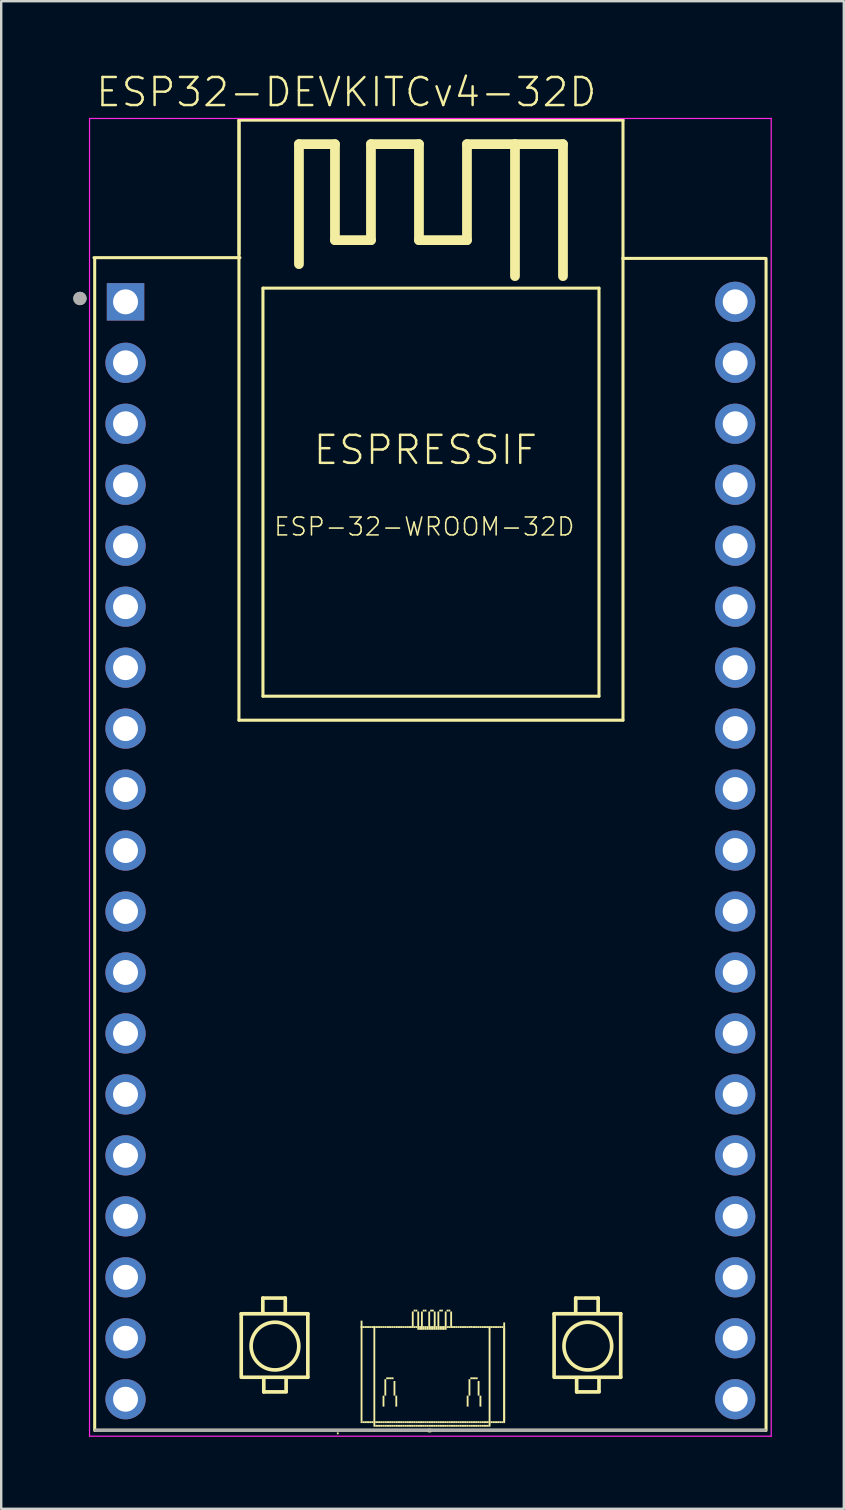
<source format=kicad_pcb>
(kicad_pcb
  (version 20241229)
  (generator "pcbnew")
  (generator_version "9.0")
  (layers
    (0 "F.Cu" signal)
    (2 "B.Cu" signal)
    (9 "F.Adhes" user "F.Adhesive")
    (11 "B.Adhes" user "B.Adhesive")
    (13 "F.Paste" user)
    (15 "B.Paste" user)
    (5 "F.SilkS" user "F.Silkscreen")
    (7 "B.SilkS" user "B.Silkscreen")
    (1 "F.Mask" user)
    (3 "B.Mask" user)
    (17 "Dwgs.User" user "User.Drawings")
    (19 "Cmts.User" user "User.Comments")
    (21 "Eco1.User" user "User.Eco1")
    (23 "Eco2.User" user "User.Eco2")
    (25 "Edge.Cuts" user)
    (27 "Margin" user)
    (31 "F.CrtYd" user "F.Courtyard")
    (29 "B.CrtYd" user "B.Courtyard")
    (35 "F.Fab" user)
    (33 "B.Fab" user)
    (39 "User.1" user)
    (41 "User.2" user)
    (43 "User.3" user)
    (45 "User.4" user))
  (footprint "ESP32-DEVKITCv4-32D"
    (layer "F.Cu")
    (at 14.88 29.285)
    (property "Reference" "ESP32-DEVKITCv4-32D" (at -14.005 -27.811 0) (layer "F.SilkS") (effects (font (size 1.169 1.169) (thickness 0.102)) (justify left bottom)))
    (fp_line (start -14.015 -21.6) (end -7.935 -21.6) (stroke (width 0.127) (type solid)) (layer "F.SilkS"))
    (fp_line (start -13.985 27.26) (end -13.985 -21.57) (stroke (width 0.127) (type solid)) (layer "F.SilkS"))
    (fp_line (start -7.975 -27.33) (end -7.975 -2.33) (stroke (width 0.127) (type solid)) (layer "F.SilkS"))
    (fp_line (start -7.975 -2.33) (end 8.025 -2.33) (stroke (width 0.127) (type solid)) (layer "F.SilkS"))
    (fp_line (start -7.97 -21.745) (end -7.97 -27.315) (stroke (width 0.127) (type solid)) (layer "F.SilkS"))
    (fp_line (start -7.88 22.4) (end -5.105 22.4) (stroke (width 0.152) (type solid)) (layer "F.SilkS"))
    (fp_line (start -7.88 25.045) (end -7.88 22.4) (stroke (width 0.152) (type solid)) (layer "F.SilkS"))
    (fp_line (start -6.98 21.745) (end -6.045 21.745) (stroke (width 0.152) (type solid)) (layer "F.SilkS"))
    (fp_line (start -6.98 22.365) (end -6.98 21.745) (stroke (width 0.152) (type solid)) (layer "F.SilkS"))
    (fp_line (start -6.975 -20.33) (end -6.975 -3.33) (stroke (width 0.127) (type solid)) (layer "F.SilkS"))
    (fp_line (start -6.975 -3.33) (end 7.025 -3.33) (stroke (width 0.127) (type solid)) (layer "F.SilkS"))
    (fp_line (start -6.94 25.655) (end -6.94 25.095) (stroke (width 0.152) (type solid)) (layer "F.SilkS"))
    (fp_line (start -6.045 21.745) (end -6.045 22.305) (stroke (width 0.152) (type solid)) (layer "F.SilkS"))
    (fp_line (start -6.01 25.62) (end -6.01 25.09) (stroke (width 0.152) (type solid)) (layer "F.SilkS"))
    (fp_line (start -6.005 25.655) (end -6.94 25.655) (stroke (width 0.152) (type solid)) (layer "F.SilkS"))
    (fp_line (start -5.475 -26.33) (end -3.975 -26.33) (stroke (width 0.406) (type solid)) (layer "F.SilkS"))
    (fp_line (start -5.475 -21.33) (end -5.475 -26.33) (stroke (width 0.406) (type solid)) (layer "F.SilkS"))
    (fp_line (start -5.105 22.4) (end -5.105 25.045) (stroke (width 0.152) (type solid)) (layer "F.SilkS"))
    (fp_line (start -5.105 25.045) (end -7.815 25.045) (stroke (width 0.152) (type solid)) (layer "F.SilkS"))
    (fp_line (start -3.975 -26.33) (end -3.975 -22.33) (stroke (width 0.406) (type solid)) (layer "F.SilkS"))
    (fp_line (start -3.975 -22.33) (end -2.475 -22.33) (stroke (width 0.406) (type solid)) (layer "F.SilkS"))
    (fp_line (start -2.475 -26.33) (end -0.475 -26.33) (stroke (width 0.406) (type solid)) (layer "F.SilkS"))
    (fp_line (start -2.475 -22.33) (end -2.475 -26.33) (stroke (width 0.406) (type solid)) (layer "F.SilkS"))
    (fp_line (start -0.475 -26.33) (end -0.475 -22.33) (stroke (width 0.406) (type solid)) (layer "F.SilkS"))
    (fp_line (start -0.475 -22.33) (end 1.525 -22.33) (stroke (width 0.406) (type solid)) (layer "F.SilkS"))
    (fp_line (start 0 27.265) (end -0.07 27.265) (stroke (width 0.152) (type solid)) (layer "F.SilkS"))
    (fp_line (start 1.525 -26.33) (end 3.525 -26.33) (stroke (width 0.406) (type solid)) (layer "F.SilkS"))
    (fp_line (start 1.525 -22.33) (end 1.525 -26.33) (stroke (width 0.406) (type solid)) (layer "F.SilkS"))
    (fp_line (start 3.525 -26.33) (end 3.525 -20.83) (stroke (width 0.406) (type solid)) (layer "F.SilkS"))
    (fp_line (start 3.525 -26.33) (end 5.525 -26.33) (stroke (width 0.406) (type solid)) (layer "F.SilkS"))
    (fp_line (start 5.155 22.4) (end 7.93 22.4) (stroke (width 0.152) (type solid)) (layer "F.SilkS"))
    (fp_line (start 5.155 25.045) (end 5.155 22.4) (stroke (width 0.152) (type solid)) (layer "F.SilkS"))
    (fp_line (start 5.525 -26.33) (end 5.525 -20.83) (stroke (width 0.406) (type solid)) (layer "F.SilkS"))
    (fp_line (start 6.055 21.745) (end 6.99 21.745) (stroke (width 0.152) (type solid)) (layer "F.SilkS"))
    (fp_line (start 6.055 22.365) (end 6.055 21.745) (stroke (width 0.152) (type solid)) (layer "F.SilkS"))
    (fp_line (start 6.095 25.655) (end 6.095 25.095) (stroke (width 0.152) (type solid)) (layer "F.SilkS"))
    (fp_line (start 6.99 21.745) (end 6.99 22.305) (stroke (width 0.152) (type solid)) (layer "F.SilkS"))
    (fp_line (start 7.025 -20.33) (end -6.975 -20.33) (stroke (width 0.127) (type solid)) (layer "F.SilkS"))
    (fp_line (start 7.025 -3.33) (end 7.025 -20.33) (stroke (width 0.127) (type solid)) (layer "F.SilkS"))
    (fp_line (start 7.025 25.62) (end 7.025 25.09) (stroke (width 0.152) (type solid)) (layer "F.SilkS"))
    (fp_line (start 7.03 25.655) (end 6.095 25.655) (stroke (width 0.152) (type solid)) (layer "F.SilkS"))
    (fp_line (start 7.93 22.4) (end 7.93 25.045) (stroke (width 0.152) (type solid)) (layer "F.SilkS"))
    (fp_line (start 7.93 25.045) (end 5.22 25.045) (stroke (width 0.152) (type solid)) (layer "F.SilkS"))
    (fp_line (start 8.025 -27.33) (end -7.975 -27.33) (stroke (width 0.127) (type solid)) (layer "F.SilkS"))
    (fp_line (start 8.025 -21.57) (end 8.025 -27.33) (stroke (width 0.127) (type solid)) (layer "F.SilkS"))
    (fp_line (start 8.025 -2.33) (end 8.025 -21.57) (stroke (width 0.127) (type solid)) (layer "F.SilkS"))
    (fp_line (start 13.925 -21.57) (end 8.025 -21.57) (stroke (width 0.127) (type solid)) (layer "F.SilkS"))
    (fp_line (start 13.95 27.25) (end -13.95 27.25) (stroke (width 0.127) (type solid)) (layer "F.SilkS"))
    (fp_line (start 13.985 27.26) (end 13.985 -21.57) (stroke (width 0.127) (type solid)) (layer "F.SilkS"))
    (fp_circle (center -6.475 23.745) (end -5.481 23.745) (stroke (width 0.152) (type solid)) (fill no) (layer "F.SilkS"))
    (fp_circle (center 6.56 23.745) (end 7.554 23.745) (stroke (width 0.152) (type solid)) (fill no) (layer "F.SilkS"))
    (fp_poly (pts (xy -3.895 27.343) (xy -3.895 27.419) (xy -3.819 27.419) (xy -3.819 27.343)) (stroke (width 0) (type solid)) (fill yes) (layer "F.SilkS"))
    (fp_poly (pts (xy -2.906 22.685) (xy -2.906 26.876) (xy -2.829 26.876) (xy -2.829 22.685)) (stroke (width 0) (type solid)) (fill yes) (layer "F.SilkS"))
    (fp_poly (pts (xy -2.906 22.914) (xy -2.906 22.99) (xy -2.829 22.99) (xy -2.829 22.914)) (stroke (width 0) (type solid)) (fill yes) (layer "F.SilkS"))
    (fp_poly (pts (xy -2.906 26.876) (xy -2.906 26.953) (xy -2.829 26.953) (xy -2.829 26.876)) (stroke (width 0) (type solid)) (fill yes) (layer "F.SilkS"))
    (fp_poly (pts (xy -2.829 22.914) (xy -2.829 22.99) (xy -2.753 22.99) (xy -2.753 22.914)) (stroke (width 0) (type solid)) (fill yes) (layer "F.SilkS"))
    (fp_poly (pts (xy -2.829 26.876) (xy -2.829 26.953) (xy -2.753 26.953) (xy -2.753 26.876)) (stroke (width 0) (type solid)) (fill yes) (layer "F.SilkS"))
    (fp_poly (pts (xy -2.753 22.914) (xy -2.753 22.99) (xy -2.677 22.99) (xy -2.677 22.914)) (stroke (width 0) (type solid)) (fill yes) (layer "F.SilkS"))
    (fp_poly (pts (xy -2.753 26.876) (xy -2.753 26.953) (xy -2.677 26.953) (xy -2.677 26.876)) (stroke (width 0) (type solid)) (fill yes) (layer "F.SilkS"))
    (fp_poly (pts (xy -2.677 22.914) (xy -2.677 22.99) (xy -2.601 22.99) (xy -2.601 22.914)) (stroke (width 0) (type solid)) (fill yes) (layer "F.SilkS"))
    (fp_poly (pts (xy -2.677 26.876) (xy -2.677 26.953) (xy -2.601 26.953) (xy -2.601 26.876)) (stroke (width 0) (type solid)) (fill yes) (layer "F.SilkS"))
    (fp_poly (pts (xy -2.601 22.914) (xy -2.601 22.99) (xy -2.525 22.99) (xy -2.525 22.914)) (stroke (width 0) (type solid)) (fill yes) (layer "F.SilkS"))
    (fp_poly (pts (xy -2.601 26.876) (xy -2.601 26.953) (xy -2.525 26.953) (xy -2.525 26.876)) (stroke (width 0) (type solid)) (fill yes) (layer "F.SilkS"))
    (fp_poly (pts (xy -2.525 22.914) (xy -2.525 22.99) (xy -2.448 22.99) (xy -2.448 22.914)) (stroke (width 0) (type solid)) (fill yes) (layer "F.SilkS"))
    (fp_poly (pts (xy -2.525 26.876) (xy -2.525 26.953) (xy -2.448 26.953) (xy -2.448 26.876)) (stroke (width 0) (type solid)) (fill yes) (layer "F.SilkS"))
    (fp_poly (pts (xy -2.448 22.914) (xy -2.448 22.99) (xy -2.372 22.99) (xy -2.372 22.914)) (stroke (width 0) (type solid)) (fill yes) (layer "F.SilkS"))
    (fp_poly (pts (xy -2.448 26.876) (xy -2.448 26.953) (xy -2.372 26.953) (xy -2.372 26.876)) (stroke (width 0) (type solid)) (fill yes) (layer "F.SilkS"))
    (fp_poly (pts (xy -2.379 22.914) (xy -2.379 22.99) (xy -2.302 22.99) (xy -2.302 22.914)) (stroke (width 0) (type solid)) (fill yes) (layer "F.SilkS"))
    (fp_poly (pts (xy -2.372 22.914) (xy -2.372 27.105) (xy -2.296 27.105) (xy -2.296 22.914)) (stroke (width 0) (type solid)) (fill yes) (layer "F.SilkS"))
    (fp_poly (pts (xy -2.296 22.914) (xy -2.296 22.99) (xy -2.22 22.99) (xy -2.22 22.914)) (stroke (width 0) (type solid)) (fill yes) (layer "F.SilkS"))
    (fp_poly (pts (xy -2.296 26.876) (xy -2.296 26.953) (xy -2.22 26.953) (xy -2.22 26.876)) (stroke (width 0) (type solid)) (fill yes) (layer "F.SilkS"))
    (fp_poly (pts (xy -2.296 27.029) (xy -2.296 27.105) (xy -2.22 27.105) (xy -2.22 27.029)) (stroke (width 0) (type solid)) (fill yes) (layer "F.SilkS"))
    (fp_poly (pts (xy -2.22 22.914) (xy -2.22 22.99) (xy -2.144 22.99) (xy -2.144 22.914)) (stroke (width 0) (type solid)) (fill yes) (layer "F.SilkS"))
    (fp_poly (pts (xy -2.22 26.876) (xy -2.22 26.953) (xy -2.144 26.953) (xy -2.144 26.876)) (stroke (width 0) (type solid)) (fill yes) (layer "F.SilkS"))
    (fp_poly (pts (xy -2.22 27.029) (xy -2.22 27.105) (xy -2.144 27.105) (xy -2.144 27.029)) (stroke (width 0) (type solid)) (fill yes) (layer "F.SilkS"))
    (fp_poly (pts (xy -2.144 22.914) (xy -2.144 22.99) (xy -2.067 22.99) (xy -2.067 22.914)) (stroke (width 0) (type solid)) (fill yes) (layer "F.SilkS"))
    (fp_poly (pts (xy -2.144 26.876) (xy -2.144 26.953) (xy -2.067 26.953) (xy -2.067 26.876)) (stroke (width 0) (type solid)) (fill yes) (layer "F.SilkS"))
    (fp_poly (pts (xy -2.144 27.029) (xy -2.144 27.105) (xy -2.067 27.105) (xy -2.067 27.029)) (stroke (width 0) (type solid)) (fill yes) (layer "F.SilkS"))
    (fp_poly (pts (xy -2.067 22.914) (xy -2.067 22.99) (xy -1.991 22.99) (xy -1.991 22.914)) (stroke (width 0) (type solid)) (fill yes) (layer "F.SilkS"))
    (fp_poly (pts (xy -2.067 26.876) (xy -2.067 26.953) (xy -1.991 26.953) (xy -1.991 26.876)) (stroke (width 0) (type solid)) (fill yes) (layer "F.SilkS"))
    (fp_poly (pts (xy -2.067 27.029) (xy -2.067 27.105) (xy -1.991 27.105) (xy -1.991 27.029)) (stroke (width 0) (type solid)) (fill yes) (layer "F.SilkS"))
    (fp_poly (pts (xy -1.991 22.914) (xy -1.991 22.99) (xy -1.915 22.99) (xy -1.915 22.914)) (stroke (width 0) (type solid)) (fill yes) (layer "F.SilkS"))
    (fp_poly (pts (xy -1.991 25.81) (xy -1.991 26.267) (xy -1.915 26.267) (xy -1.915 25.81)) (stroke (width 0) (type solid)) (fill yes) (layer "F.SilkS"))
    (fp_poly (pts (xy -1.991 26.876) (xy -1.991 26.953) (xy -1.915 26.953) (xy -1.915 26.876)) (stroke (width 0) (type solid)) (fill yes) (layer "F.SilkS"))
    (fp_poly (pts (xy -1.991 27.029) (xy -1.991 27.105) (xy -1.915 27.105) (xy -1.915 27.029)) (stroke (width 0) (type solid)) (fill yes) (layer "F.SilkS"))
    (fp_poly (pts (xy -1.915 22.914) (xy -1.915 22.99) (xy -1.839 22.99) (xy -1.839 22.914)) (stroke (width 0) (type solid)) (fill yes) (layer "F.SilkS"))
    (fp_poly (pts (xy -1.915 25.124) (xy -1.915 25.81) (xy -1.839 25.81) (xy -1.839 25.124)) (stroke (width 0) (type solid)) (fill yes) (layer "F.SilkS"))
    (fp_poly (pts (xy -1.915 26.876) (xy -1.915 26.953) (xy -1.839 26.953) (xy -1.839 26.876)) (stroke (width 0) (type solid)) (fill yes) (layer "F.SilkS"))
    (fp_poly (pts (xy -1.915 27.029) (xy -1.915 27.105) (xy -1.839 27.105) (xy -1.839 27.029)) (stroke (width 0) (type solid)) (fill yes) (layer "F.SilkS"))
    (fp_poly (pts (xy -1.839 25.048) (xy -1.839 25.124) (xy -1.763 25.124) (xy -1.763 25.048)) (stroke (width 0) (type solid)) (fill yes) (layer "F.SilkS"))
    (fp_poly (pts (xy -1.839 26.876) (xy -1.839 26.953) (xy -1.763 26.953) (xy -1.763 26.876)) (stroke (width 0) (type solid)) (fill yes) (layer "F.SilkS"))
    (fp_poly (pts (xy -1.839 27.029) (xy -1.839 27.105) (xy -1.763 27.105) (xy -1.763 27.029)) (stroke (width 0) (type solid)) (fill yes) (layer "F.SilkS"))
    (fp_poly (pts (xy -1.834 22.914) (xy -1.834 22.99) (xy -1.757 22.99) (xy -1.757 22.914)) (stroke (width 0) (type solid)) (fill yes) (layer "F.SilkS"))
    (fp_poly (pts (xy -1.763 22.914) (xy -1.763 22.99) (xy -1.686 22.99) (xy -1.686 22.914)) (stroke (width 0) (type solid)) (fill yes) (layer "F.SilkS"))
    (fp_poly (pts (xy -1.763 25.048) (xy -1.763 25.124) (xy -1.686 25.124) (xy -1.686 25.048)) (stroke (width 0) (type solid)) (fill yes) (layer "F.SilkS"))
    (fp_poly (pts (xy -1.763 26.876) (xy -1.763 26.953) (xy -1.686 26.953) (xy -1.686 26.876)) (stroke (width 0) (type solid)) (fill yes) (layer "F.SilkS"))
    (fp_poly (pts (xy -1.763 27.029) (xy -1.763 27.105) (xy -1.686 27.105) (xy -1.686 27.029)) (stroke (width 0) (type solid)) (fill yes) (layer "F.SilkS"))
    (fp_poly (pts (xy -1.686 22.914) (xy -1.686 22.99) (xy -1.61 22.99) (xy -1.61 22.914)) (stroke (width 0) (type solid)) (fill yes) (layer "F.SilkS"))
    (fp_poly (pts (xy -1.686 25.048) (xy -1.686 25.124) (xy -1.61 25.124) (xy -1.61 25.048)) (stroke (width 0) (type solid)) (fill yes) (layer "F.SilkS"))
    (fp_poly (pts (xy -1.686 26.876) (xy -1.686 26.953) (xy -1.61 26.953) (xy -1.61 26.876)) (stroke (width 0) (type solid)) (fill yes) (layer "F.SilkS"))
    (fp_poly (pts (xy -1.686 27.029) (xy -1.686 27.105) (xy -1.61 27.105) (xy -1.61 27.029)) (stroke (width 0) (type solid)) (fill yes) (layer "F.SilkS"))
    (fp_poly (pts (xy -1.61 22.914) (xy -1.61 22.99) (xy -1.534 22.99) (xy -1.534 22.914)) (stroke (width 0) (type solid)) (fill yes) (layer "F.SilkS"))
    (fp_poly (pts (xy -1.61 25.048) (xy -1.61 25.124) (xy -1.534 25.124) (xy -1.534 25.048)) (stroke (width 0) (type solid)) (fill yes) (layer "F.SilkS"))
    (fp_poly (pts (xy -1.61 26.876) (xy -1.61 26.953) (xy -1.534 26.953) (xy -1.534 26.876)) (stroke (width 0) (type solid)) (fill yes) (layer "F.SilkS"))
    (fp_poly (pts (xy -1.61 27.029) (xy -1.61 27.105) (xy -1.534 27.105) (xy -1.534 27.029)) (stroke (width 0) (type solid)) (fill yes) (layer "F.SilkS"))
    (fp_poly (pts (xy -1.534 22.914) (xy -1.534 22.99) (xy -1.458 22.99) (xy -1.458 22.914)) (stroke (width 0) (type solid)) (fill yes) (layer "F.SilkS"))
    (fp_poly (pts (xy -1.534 25.2) (xy -1.534 25.81) (xy -1.458 25.81) (xy -1.458 25.2)) (stroke (width 0) (type solid)) (fill yes) (layer "F.SilkS"))
    (fp_poly (pts (xy -1.534 26.876) (xy -1.534 26.953) (xy -1.458 26.953) (xy -1.458 26.876)) (stroke (width 0) (type solid)) (fill yes) (layer "F.SilkS"))
    (fp_poly (pts (xy -1.534 27.029) (xy -1.534 27.105) (xy -1.458 27.105) (xy -1.458 27.029)) (stroke (width 0) (type solid)) (fill yes) (layer "F.SilkS"))
    (fp_poly (pts (xy -1.458 22.914) (xy -1.458 22.99) (xy -1.382 22.99) (xy -1.382 22.914)) (stroke (width 0) (type solid)) (fill yes) (layer "F.SilkS"))
    (fp_poly (pts (xy -1.458 25.81) (xy -1.458 26.267) (xy -1.382 26.267) (xy -1.382 25.81)) (stroke (width 0) (type solid)) (fill yes) (layer "F.SilkS"))
    (fp_poly (pts (xy -1.458 26.876) (xy -1.458 26.953) (xy -1.382 26.953) (xy -1.382 26.876)) (stroke (width 0) (type solid)) (fill yes) (layer "F.SilkS"))
    (fp_poly (pts (xy -1.458 27.029) (xy -1.458 27.105) (xy -1.382 27.105) (xy -1.382 27.029)) (stroke (width 0) (type solid)) (fill yes) (layer "F.SilkS"))
    (fp_poly (pts (xy -1.382 22.914) (xy -1.382 22.99) (xy -1.305 22.99) (xy -1.305 22.914)) (stroke (width 0) (type solid)) (fill yes) (layer "F.SilkS"))
    (fp_poly (pts (xy -1.382 26.876) (xy -1.382 26.953) (xy -1.305 26.953) (xy -1.305 26.876)) (stroke (width 0) (type solid)) (fill yes) (layer "F.SilkS"))
    (fp_poly (pts (xy -1.382 27.029) (xy -1.382 27.105) (xy -1.305 27.105) (xy -1.305 27.029)) (stroke (width 0) (type solid)) (fill yes) (layer "F.SilkS"))
    (fp_poly (pts (xy -1.305 22.914) (xy -1.305 22.99) (xy -1.229 22.99) (xy -1.229 22.914)) (stroke (width 0) (type solid)) (fill yes) (layer "F.SilkS"))
    (fp_poly (pts (xy -1.305 26.876) (xy -1.305 26.953) (xy -1.229 26.953) (xy -1.229 26.876)) (stroke (width 0) (type solid)) (fill yes) (layer "F.SilkS"))
    (fp_poly (pts (xy -1.305 27.029) (xy -1.305 27.105) (xy -1.229 27.105) (xy -1.229 27.029)) (stroke (width 0) (type solid)) (fill yes) (layer "F.SilkS"))
    (fp_poly (pts (xy -1.229 22.914) (xy -1.229 22.99) (xy -1.153 22.99) (xy -1.153 22.914)) (stroke (width 0) (type solid)) (fill yes) (layer "F.SilkS"))
    (fp_poly (pts (xy -1.229 26.876) (xy -1.229 26.953) (xy -1.153 26.953) (xy -1.153 26.876)) (stroke (width 0) (type solid)) (fill yes) (layer "F.SilkS"))
    (fp_poly (pts (xy -1.229 27.029) (xy -1.229 27.105) (xy -1.153 27.105) (xy -1.153 27.029)) (stroke (width 0) (type solid)) (fill yes) (layer "F.SilkS"))
    (fp_poly (pts (xy -1.153 22.914) (xy -1.153 22.99) (xy -1.077 22.99) (xy -1.077 22.914)) (stroke (width 0) (type solid)) (fill yes) (layer "F.SilkS"))
    (fp_poly (pts (xy -1.153 26.876) (xy -1.153 26.953) (xy -1.077 26.953) (xy -1.077 26.876)) (stroke (width 0) (type solid)) (fill yes) (layer "F.SilkS"))
    (fp_poly (pts (xy -1.153 27.029) (xy -1.153 27.105) (xy -1.077 27.105) (xy -1.077 27.029)) (stroke (width 0) (type solid)) (fill yes) (layer "F.SilkS"))
    (fp_poly (pts (xy -1.077 22.914) (xy -1.077 22.99) (xy -1.001 22.99) (xy -1.001 22.914)) (stroke (width 0) (type solid)) (fill yes) (layer "F.SilkS"))
    (fp_poly (pts (xy -1.077 26.876) (xy -1.077 26.953) (xy -1.001 26.953) (xy -1.001 26.876)) (stroke (width 0) (type solid)) (fill yes) (layer "F.SilkS"))
    (fp_poly (pts (xy -1.077 27.029) (xy -1.077 27.105) (xy -1.001 27.105) (xy -1.001 27.029)) (stroke (width 0) (type solid)) (fill yes) (layer "F.SilkS"))
    (fp_poly (pts (xy -1.001 22.914) (xy -1.001 22.99) (xy -0.924 22.99) (xy -0.924 22.914)) (stroke (width 0) (type solid)) (fill yes) (layer "F.SilkS"))
    (fp_poly (pts (xy -1.001 26.876) (xy -1.001 26.953) (xy -0.924 26.953) (xy -0.924 26.876)) (stroke (width 0) (type solid)) (fill yes) (layer "F.SilkS"))
    (fp_poly (pts (xy -1.001 27.029) (xy -1.001 27.105) (xy -0.924 27.105) (xy -0.924 27.029)) (stroke (width 0) (type solid)) (fill yes) (layer "F.SilkS"))
    (fp_poly (pts (xy -0.924 22.914) (xy -0.924 22.99) (xy -0.848 22.99) (xy -0.848 22.914)) (stroke (width 0) (type solid)) (fill yes) (layer "F.SilkS"))
    (fp_poly (pts (xy -0.924 26.876) (xy -0.924 26.953) (xy -0.848 26.953) (xy -0.848 26.876)) (stroke (width 0) (type solid)) (fill yes) (layer "F.SilkS"))
    (fp_poly (pts (xy -0.924 27.029) (xy -0.924 27.105) (xy -0.848 27.105) (xy -0.848 27.029)) (stroke (width 0) (type solid)) (fill yes) (layer "F.SilkS"))
    (fp_poly (pts (xy -0.848 22.914) (xy -0.848 22.99) (xy -0.772 22.99) (xy -0.772 22.914)) (stroke (width 0) (type solid)) (fill yes) (layer "F.SilkS"))
    (fp_poly (pts (xy -0.848 26.876) (xy -0.848 26.953) (xy -0.772 26.953) (xy -0.772 26.876)) (stroke (width 0) (type solid)) (fill yes) (layer "F.SilkS"))
    (fp_poly (pts (xy -0.848 27.029) (xy -0.848 27.105) (xy -0.772 27.105) (xy -0.772 27.029)) (stroke (width 0) (type solid)) (fill yes) (layer "F.SilkS"))
    (fp_poly (pts (xy -0.772 22.304) (xy -0.772 22.99) (xy -0.696 22.99) (xy -0.696 22.304)) (stroke (width 0) (type solid)) (fill yes) (layer "F.SilkS"))
    (fp_poly (pts (xy -0.772 26.876) (xy -0.772 26.953) (xy -0.696 26.953) (xy -0.696 26.876)) (stroke (width 0) (type solid)) (fill yes) (layer "F.SilkS"))
    (fp_poly (pts (xy -0.772 27.029) (xy -0.772 27.105) (xy -0.696 27.105) (xy -0.696 27.029)) (stroke (width 0) (type solid)) (fill yes) (layer "F.SilkS"))
    (fp_poly (pts (xy -0.696 22.228) (xy -0.696 22.304) (xy -0.62 22.304) (xy -0.62 22.228)) (stroke (width 0) (type solid)) (fill yes) (layer "F.SilkS"))
    (fp_poly (pts (xy -0.696 22.914) (xy -0.696 22.99) (xy -0.62 22.99) (xy -0.62 22.914)) (stroke (width 0) (type solid)) (fill yes) (layer "F.SilkS"))
    (fp_poly (pts (xy -0.696 26.876) (xy -0.696 26.953) (xy -0.62 26.953) (xy -0.62 26.876)) (stroke (width 0) (type solid)) (fill yes) (layer "F.SilkS"))
    (fp_poly (pts (xy -0.696 27.029) (xy -0.696 27.105) (xy -0.62 27.105) (xy -0.62 27.029)) (stroke (width 0) (type solid)) (fill yes) (layer "F.SilkS"))
    (fp_poly (pts (xy -0.62 22.228) (xy -0.62 22.304) (xy -0.543 22.304) (xy -0.543 22.228)) (stroke (width 0) (type solid)) (fill yes) (layer "F.SilkS"))
    (fp_poly (pts (xy -0.62 22.914) (xy -0.62 22.99) (xy -0.543 22.99) (xy -0.543 22.914)) (stroke (width 0) (type solid)) (fill yes) (layer "F.SilkS"))
    (fp_poly (pts (xy -0.62 26.876) (xy -0.62 26.953) (xy -0.543 26.953) (xy -0.543 26.876)) (stroke (width 0) (type solid)) (fill yes) (layer "F.SilkS"))
    (fp_poly (pts (xy -0.62 27.029) (xy -0.62 27.105) (xy -0.543 27.105) (xy -0.543 27.029)) (stroke (width 0) (type solid)) (fill yes) (layer "F.SilkS"))
    (fp_poly (pts (xy -0.543 22.304) (xy -0.543 23.066) (xy -0.467 23.066) (xy -0.467 22.304)) (stroke (width 0) (type solid)) (fill yes) (layer "F.SilkS"))
    (fp_poly (pts (xy -0.543 26.876) (xy -0.543 26.953) (xy -0.467 26.953) (xy -0.467 26.876)) (stroke (width 0) (type solid)) (fill yes) (layer "F.SilkS"))
    (fp_poly (pts (xy -0.543 27.029) (xy -0.543 27.105) (xy -0.467 27.105) (xy -0.467 27.029)) (stroke (width 0) (type solid)) (fill yes) (layer "F.SilkS"))
    (fp_poly (pts (xy -0.467 22.914) (xy -0.467 23.066) (xy -0.391 23.066) (xy -0.391 22.914)) (stroke (width 0) (type solid)) (fill yes) (layer "F.SilkS"))
    (fp_poly (pts (xy -0.467 26.876) (xy -0.467 26.953) (xy -0.391 26.953) (xy -0.391 26.876)) (stroke (width 0) (type solid)) (fill yes) (layer "F.SilkS"))
    (fp_poly (pts (xy -0.467 27.029) (xy -0.467 27.105) (xy -0.391 27.105) (xy -0.391 27.029)) (stroke (width 0) (type solid)) (fill yes) (layer "F.SilkS"))
    (fp_poly (pts (xy -0.391 22.304) (xy -0.391 23.066) (xy -0.315 23.066) (xy -0.315 22.304)) (stroke (width 0) (type solid)) (fill yes) (layer "F.SilkS"))
    (fp_poly (pts (xy -0.391 26.876) (xy -0.391 26.953) (xy -0.315 26.953) (xy -0.315 26.876)) (stroke (width 0) (type solid)) (fill yes) (layer "F.SilkS"))
    (fp_poly (pts (xy -0.391 27.029) (xy -0.391 27.105) (xy -0.315 27.105) (xy -0.315 27.029)) (stroke (width 0) (type solid)) (fill yes) (layer "F.SilkS"))
    (fp_poly (pts (xy -0.315 22.228) (xy -0.315 22.304) (xy -0.239 22.304) (xy -0.239 22.228)) (stroke (width 0) (type solid)) (fill yes) (layer "F.SilkS"))
    (fp_poly (pts (xy -0.315 22.914) (xy -0.315 23.066) (xy -0.239 23.066) (xy -0.239 22.914)) (stroke (width 0) (type solid)) (fill yes) (layer "F.SilkS"))
    (fp_poly (pts (xy -0.315 26.876) (xy -0.315 26.953) (xy -0.239 26.953) (xy -0.239 26.876)) (stroke (width 0) (type solid)) (fill yes) (layer "F.SilkS"))
    (fp_poly (pts (xy -0.315 27.029) (xy -0.315 27.105) (xy -0.239 27.105) (xy -0.239 27.029)) (stroke (width 0) (type solid)) (fill yes) (layer "F.SilkS"))
    (fp_poly (pts (xy -0.239 22.228) (xy -0.239 22.304) (xy -0.162 22.304) (xy -0.162 22.228)) (stroke (width 0) (type solid)) (fill yes) (layer "F.SilkS"))
    (fp_poly (pts (xy -0.239 22.914) (xy -0.239 23.066) (xy -0.162 23.066) (xy -0.162 22.914)) (stroke (width 0) (type solid)) (fill yes) (layer "F.SilkS"))
    (fp_poly (pts (xy -0.239 26.876) (xy -0.239 26.953) (xy -0.162 26.953) (xy -0.162 26.876)) (stroke (width 0) (type solid)) (fill yes) (layer "F.SilkS"))
    (fp_poly (pts (xy -0.239 27.029) (xy -0.239 27.105) (xy -0.162 27.105) (xy -0.162 27.029)) (stroke (width 0) (type solid)) (fill yes) (layer "F.SilkS"))
    (fp_poly (pts (xy -0.162 22.914) (xy -0.162 23.066) (xy -0.086 23.066) (xy -0.086 22.914)) (stroke (width 0) (type solid)) (fill yes) (layer "F.SilkS"))
    (fp_poly (pts (xy -0.162 26.876) (xy -0.162 26.953) (xy -0.086 26.953) (xy -0.086 26.876)) (stroke (width 0) (type solid)) (fill yes) (layer "F.SilkS"))
    (fp_poly (pts (xy -0.162 27.029) (xy -0.162 27.105) (xy -0.086 27.105) (xy -0.086 27.029)) (stroke (width 0) (type solid)) (fill yes) (layer "F.SilkS"))
    (fp_poly (pts (xy -0.086 22.304) (xy -0.086 23.066) (xy -0.01 23.066) (xy -0.01 22.304)) (stroke (width 0) (type solid)) (fill yes) (layer "F.SilkS"))
    (fp_poly (pts (xy -0.086 26.876) (xy -0.086 26.953) (xy -0.01 26.953) (xy -0.01 26.876)) (stroke (width 0) (type solid)) (fill yes) (layer "F.SilkS"))
    (fp_poly (pts (xy -0.086 27.029) (xy -0.086 27.105) (xy -0.01 27.105) (xy -0.01 27.029)) (stroke (width 0) (type solid)) (fill yes) (layer "F.SilkS"))
    (fp_poly (pts (xy -0.01 22.228) (xy -0.01 22.304) (xy 0.066 22.304) (xy 0.066 22.228)) (stroke (width 0) (type solid)) (fill yes) (layer "F.SilkS"))
    (fp_poly (pts (xy -0.01 22.914) (xy -0.01 23.066) (xy 0.066 23.066) (xy 0.066 22.914)) (stroke (width 0) (type solid)) (fill yes) (layer "F.SilkS"))
    (fp_poly (pts (xy -0.01 26.876) (xy -0.01 26.953) (xy 0.066 26.953) (xy 0.066 26.876)) (stroke (width 0) (type solid)) (fill yes) (layer "F.SilkS"))
    (fp_poly (pts (xy -0.01 27.029) (xy -0.01 27.105) (xy 0.066 27.105) (xy 0.066 27.029)) (stroke (width 0) (type solid)) (fill yes) (layer "F.SilkS"))
    (fp_poly (pts (xy 0.066 22.228) (xy 0.066 22.304) (xy 0.142 22.304) (xy 0.142 22.228)) (stroke (width 0) (type solid)) (fill yes) (layer "F.SilkS"))
    (fp_poly (pts (xy 0.066 22.914) (xy 0.066 23.066) (xy 0.142 23.066) (xy 0.142 22.914)) (stroke (width 0) (type solid)) (fill yes) (layer "F.SilkS"))
    (fp_poly (pts (xy 0.066 26.876) (xy 0.066 26.953) (xy 0.142 26.953) (xy 0.142 26.876)) (stroke (width 0) (type solid)) (fill yes) (layer "F.SilkS"))
    (fp_poly (pts (xy 0.066 27.029) (xy 0.066 27.105) (xy 0.142 27.105) (xy 0.142 27.029)) (stroke (width 0) (type solid)) (fill yes) (layer "F.SilkS"))
    (fp_poly (pts (xy 0.142 22.304) (xy 0.142 23.066) (xy 0.219 23.066) (xy 0.219 22.304)) (stroke (width 0) (type solid)) (fill yes) (layer "F.SilkS"))
    (fp_poly (pts (xy 0.142 26.876) (xy 0.142 26.953) (xy 0.219 26.953) (xy 0.219 26.876)) (stroke (width 0) (type solid)) (fill yes) (layer "F.SilkS"))
    (fp_poly (pts (xy 0.142 27.029) (xy 0.142 27.105) (xy 0.219 27.105) (xy 0.219 27.029)) (stroke (width 0) (type solid)) (fill yes) (layer "F.SilkS"))
    (fp_poly (pts (xy 0.219 22.914) (xy 0.219 23.066) (xy 0.295 23.066) (xy 0.295 22.914)) (stroke (width 0) (type solid)) (fill yes) (layer "F.SilkS"))
    (fp_poly (pts (xy 0.219 26.876) (xy 0.219 26.953) (xy 0.295 26.953) (xy 0.295 26.876)) (stroke (width 0) (type solid)) (fill yes) (layer "F.SilkS"))
    (fp_poly (pts (xy 0.219 27.029) (xy 0.219 27.105) (xy 0.295 27.105) (xy 0.295 27.029)) (stroke (width 0) (type solid)) (fill yes) (layer "F.SilkS"))
    (fp_poly (pts (xy 0.295 22.304) (xy 0.295 23.066) (xy 0.371 23.066) (xy 0.371 22.304)) (stroke (width 0) (type solid)) (fill yes) (layer "F.SilkS"))
    (fp_poly (pts (xy 0.295 26.876) (xy 0.295 26.953) (xy 0.371 26.953) (xy 0.371 26.876)) (stroke (width 0) (type solid)) (fill yes) (layer "F.SilkS"))
    (fp_poly (pts (xy 0.295 27.029) (xy 0.295 27.105) (xy 0.371 27.105) (xy 0.371 27.029)) (stroke (width 0) (type solid)) (fill yes) (layer "F.SilkS"))
    (fp_poly (pts (xy 0.371 22.228) (xy 0.371 22.304) (xy 0.447 22.304) (xy 0.447 22.228)) (stroke (width 0) (type solid)) (fill yes) (layer "F.SilkS"))
    (fp_poly (pts (xy 0.371 22.914) (xy 0.371 23.066) (xy 0.447 23.066) (xy 0.447 22.914)) (stroke (width 0) (type solid)) (fill yes) (layer "F.SilkS"))
    (fp_poly (pts (xy 0.371 26.876) (xy 0.371 26.953) (xy 0.447 26.953) (xy 0.447 26.876)) (stroke (width 0) (type solid)) (fill yes) (layer "F.SilkS"))
    (fp_poly (pts (xy 0.371 27.029) (xy 0.371 27.105) (xy 0.447 27.105) (xy 0.447 27.029)) (stroke (width 0) (type solid)) (fill yes) (layer "F.SilkS"))
    (fp_poly (pts (xy 0.447 22.228) (xy 0.447 22.304) (xy 0.523 22.304) (xy 0.523 22.228)) (stroke (width 0) (type solid)) (fill yes) (layer "F.SilkS"))
    (fp_poly (pts (xy 0.447 22.914) (xy 0.447 23.066) (xy 0.523 23.066) (xy 0.523 22.914)) (stroke (width 0) (type solid)) (fill yes) (layer "F.SilkS"))
    (fp_poly (pts (xy 0.447 26.876) (xy 0.447 26.953) (xy 0.523 26.953) (xy 0.523 26.876)) (stroke (width 0) (type solid)) (fill yes) (layer "F.SilkS"))
    (fp_poly (pts (xy 0.447 27.029) (xy 0.447 27.105) (xy 0.523 27.105) (xy 0.523 27.029)) (stroke (width 0) (type solid)) (fill yes) (layer "F.SilkS"))
    (fp_poly (pts (xy 0.523 22.914) (xy 0.523 23.066) (xy 0.6 23.066) (xy 0.6 22.914)) (stroke (width 0) (type solid)) (fill yes) (layer "F.SilkS"))
    (fp_poly (pts (xy 0.523 26.876) (xy 0.523 26.953) (xy 0.6 26.953) (xy 0.6 26.876)) (stroke (width 0) (type solid)) (fill yes) (layer "F.SilkS"))
    (fp_poly (pts (xy 0.523 27.029) (xy 0.523 27.105) (xy 0.6 27.105) (xy 0.6 27.029)) (stroke (width 0) (type solid)) (fill yes) (layer "F.SilkS"))
    (fp_poly (pts (xy 0.6 22.304) (xy 0.6 23.066) (xy 0.676 23.066) (xy 0.676 22.304)) (stroke (width 0) (type solid)) (fill yes) (layer "F.SilkS"))
    (fp_poly (pts (xy 0.6 26.876) (xy 0.6 26.953) (xy 0.676 26.953) (xy 0.676 26.876)) (stroke (width 0) (type solid)) (fill yes) (layer "F.SilkS"))
    (fp_poly (pts (xy 0.6 27.029) (xy 0.6 27.105) (xy 0.676 27.105) (xy 0.676 27.029)) (stroke (width 0) (type solid)) (fill yes) (layer "F.SilkS"))
    (fp_poly (pts (xy 0.676 22.228) (xy 0.676 22.304) (xy 0.752 22.304) (xy 0.752 22.228)) (stroke (width 0) (type solid)) (fill yes) (layer "F.SilkS"))
    (fp_poly (pts (xy 0.676 26.876) (xy 0.676 26.953) (xy 0.752 26.953) (xy 0.752 26.876)) (stroke (width 0) (type solid)) (fill yes) (layer "F.SilkS"))
    (fp_poly (pts (xy 0.676 27.029) (xy 0.676 27.105) (xy 0.752 27.105) (xy 0.752 27.029)) (stroke (width 0) (type solid)) (fill yes) (layer "F.SilkS"))
    (fp_poly (pts (xy 0.681 22.914) (xy 0.681 22.99) (xy 0.758 22.99) (xy 0.758 22.914)) (stroke (width 0) (type solid)) (fill yes) (layer "F.SilkS"))
    (fp_poly (pts (xy 0.752 22.228) (xy 0.752 22.304) (xy 0.828 22.304) (xy 0.828 22.228)) (stroke (width 0) (type solid)) (fill yes) (layer "F.SilkS"))
    (fp_poly (pts (xy 0.752 22.914) (xy 0.752 22.99) (xy 0.828 22.99) (xy 0.828 22.914)) (stroke (width 0) (type solid)) (fill yes) (layer "F.SilkS"))
    (fp_poly (pts (xy 0.752 26.876) (xy 0.752 26.953) (xy 0.828 26.953) (xy 0.828 26.876)) (stroke (width 0) (type solid)) (fill yes) (layer "F.SilkS"))
    (fp_poly (pts (xy 0.752 27.029) (xy 0.752 27.105) (xy 0.828 27.105) (xy 0.828 27.029)) (stroke (width 0) (type solid)) (fill yes) (layer "F.SilkS"))
    (fp_poly (pts (xy 0.828 22.304) (xy 0.828 22.99) (xy 0.904 22.99) (xy 0.904 22.304)) (stroke (width 0) (type solid)) (fill yes) (layer "F.SilkS"))
    (fp_poly (pts (xy 0.828 26.876) (xy 0.828 26.953) (xy 0.904 26.953) (xy 0.904 26.876)) (stroke (width 0) (type solid)) (fill yes) (layer "F.SilkS"))
    (fp_poly (pts (xy 0.828 27.029) (xy 0.828 27.105) (xy 0.904 27.105) (xy 0.904 27.029)) (stroke (width 0) (type solid)) (fill yes) (layer "F.SilkS"))
    (fp_poly (pts (xy 0.904 22.914) (xy 0.904 22.99) (xy 0.981 22.99) (xy 0.981 22.914)) (stroke (width 0) (type solid)) (fill yes) (layer "F.SilkS"))
    (fp_poly (pts (xy 0.904 26.876) (xy 0.904 26.953) (xy 0.981 26.953) (xy 0.981 26.876)) (stroke (width 0) (type solid)) (fill yes) (layer "F.SilkS"))
    (fp_poly (pts (xy 0.904 27.029) (xy 0.904 27.105) (xy 0.981 27.105) (xy 0.981 27.029)) (stroke (width 0) (type solid)) (fill yes) (layer "F.SilkS"))
    (fp_poly (pts (xy 0.981 22.914) (xy 0.981 22.99) (xy 1.057 22.99) (xy 1.057 22.914)) (stroke (width 0) (type solid)) (fill yes) (layer "F.SilkS"))
    (fp_poly (pts (xy 0.981 26.876) (xy 0.981 26.953) (xy 1.057 26.953) (xy 1.057 26.876)) (stroke (width 0) (type solid)) (fill yes) (layer "F.SilkS"))
    (fp_poly (pts (xy 0.981 27.029) (xy 0.981 27.105) (xy 1.057 27.105) (xy 1.057 27.029)) (stroke (width 0) (type solid)) (fill yes) (layer "F.SilkS"))
    (fp_poly (pts (xy 1.057 22.914) (xy 1.057 22.99) (xy 1.133 22.99) (xy 1.133 22.914)) (stroke (width 0) (type solid)) (fill yes) (layer "F.SilkS"))
    (fp_poly (pts (xy 1.057 26.876) (xy 1.057 26.953) (xy 1.133 26.953) (xy 1.133 26.876)) (stroke (width 0) (type solid)) (fill yes) (layer "F.SilkS"))
    (fp_poly (pts (xy 1.057 27.029) (xy 1.057 27.105) (xy 1.133 27.105) (xy 1.133 27.029)) (stroke (width 0) (type solid)) (fill yes) (layer "F.SilkS"))
    (fp_poly (pts (xy 1.133 22.914) (xy 1.133 22.99) (xy 1.209 22.99) (xy 1.209 22.914)) (stroke (width 0) (type solid)) (fill yes) (layer "F.SilkS"))
    (fp_poly (pts (xy 1.133 26.876) (xy 1.133 26.953) (xy 1.209 26.953) (xy 1.209 26.876)) (stroke (width 0) (type solid)) (fill yes) (layer "F.SilkS"))
    (fp_poly (pts (xy 1.133 27.029) (xy 1.133 27.105) (xy 1.209 27.105) (xy 1.209 27.029)) (stroke (width 0) (type solid)) (fill yes) (layer "F.SilkS"))
    (fp_poly (pts (xy 1.209 22.914) (xy 1.209 22.99) (xy 1.285 22.99) (xy 1.285 22.914)) (stroke (width 0) (type solid)) (fill yes) (layer "F.SilkS"))
    (fp_poly (pts (xy 1.209 26.876) (xy 1.209 26.953) (xy 1.285 26.953) (xy 1.285 26.876)) (stroke (width 0) (type solid)) (fill yes) (layer "F.SilkS"))
    (fp_poly (pts (xy 1.209 27.029) (xy 1.209 27.105) (xy 1.285 27.105) (xy 1.285 27.029)) (stroke (width 0) (type solid)) (fill yes) (layer "F.SilkS"))
    (fp_poly (pts (xy 1.285 22.914) (xy 1.285 22.99) (xy 1.362 22.99) (xy 1.362 22.914)) (stroke (width 0) (type solid)) (fill yes) (layer "F.SilkS"))
    (fp_poly (pts (xy 1.285 26.876) (xy 1.285 26.953) (xy 1.362 26.953) (xy 1.362 26.876)) (stroke (width 0) (type solid)) (fill yes) (layer "F.SilkS"))
    (fp_poly (pts (xy 1.285 27.029) (xy 1.285 27.105) (xy 1.362 27.105) (xy 1.362 27.029)) (stroke (width 0) (type solid)) (fill yes) (layer "F.SilkS"))
    (fp_poly (pts (xy 1.362 22.914) (xy 1.362 22.99) (xy 1.438 22.99) (xy 1.438 22.914)) (stroke (width 0) (type solid)) (fill yes) (layer "F.SilkS"))
    (fp_poly (pts (xy 1.362 26.876) (xy 1.362 26.953) (xy 1.438 26.953) (xy 1.438 26.876)) (stroke (width 0) (type solid)) (fill yes) (layer "F.SilkS"))
    (fp_poly (pts (xy 1.362 27.029) (xy 1.362 27.105) (xy 1.438 27.105) (xy 1.438 27.029)) (stroke (width 0) (type solid)) (fill yes) (layer "F.SilkS"))
    (fp_poly (pts (xy 1.438 22.914) (xy 1.438 22.99) (xy 1.514 22.99) (xy 1.514 22.914)) (stroke (width 0) (type solid)) (fill yes) (layer "F.SilkS"))
    (fp_poly (pts (xy 1.438 26.876) (xy 1.438 26.953) (xy 1.514 26.953) (xy 1.514 26.876)) (stroke (width 0) (type solid)) (fill yes) (layer "F.SilkS"))
    (fp_poly (pts (xy 1.438 27.029) (xy 1.438 27.105) (xy 1.514 27.105) (xy 1.514 27.029)) (stroke (width 0) (type solid)) (fill yes) (layer "F.SilkS"))
    (fp_poly (pts (xy 1.514 22.914) (xy 1.514 22.99) (xy 1.59 22.99) (xy 1.59 22.914)) (stroke (width 0) (type solid)) (fill yes) (layer "F.SilkS"))
    (fp_poly (pts (xy 1.514 25.81) (xy 1.514 26.267) (xy 1.59 26.267) (xy 1.59 25.81)) (stroke (width 0) (type solid)) (fill yes) (layer "F.SilkS"))
    (fp_poly (pts (xy 1.514 26.876) (xy 1.514 26.953) (xy 1.59 26.953) (xy 1.59 26.876)) (stroke (width 0) (type solid)) (fill yes) (layer "F.SilkS"))
    (fp_poly (pts (xy 1.514 27.029) (xy 1.514 27.105) (xy 1.59 27.105) (xy 1.59 27.029)) (stroke (width 0) (type solid)) (fill yes) (layer "F.SilkS"))
    (fp_poly (pts (xy 1.59 22.914) (xy 1.59 22.99) (xy 1.666 22.99) (xy 1.666 22.914)) (stroke (width 0) (type solid)) (fill yes) (layer "F.SilkS"))
    (fp_poly (pts (xy 1.59 25.124) (xy 1.59 25.81) (xy 1.666 25.81) (xy 1.666 25.124)) (stroke (width 0) (type solid)) (fill yes) (layer "F.SilkS"))
    (fp_poly (pts (xy 1.59 26.876) (xy 1.59 26.953) (xy 1.666 26.953) (xy 1.666 26.876)) (stroke (width 0) (type solid)) (fill yes) (layer "F.SilkS"))
    (fp_poly (pts (xy 1.59 27.029) (xy 1.59 27.105) (xy 1.666 27.105) (xy 1.666 27.029)) (stroke (width 0) (type solid)) (fill yes) (layer "F.SilkS"))
    (fp_poly (pts (xy 1.659 22.91) (xy 1.659 22.986) (xy 1.735 22.986) (xy 1.735 22.91)) (stroke (width 0) (type solid)) (fill yes) (layer "F.SilkS"))
    (fp_poly (pts (xy 1.666 25.048) (xy 1.666 25.124) (xy 1.743 25.124) (xy 1.743 25.048)) (stroke (width 0) (type solid)) (fill yes) (layer "F.SilkS"))
    (fp_poly (pts (xy 1.666 26.876) (xy 1.666 26.953) (xy 1.743 26.953) (xy 1.743 26.876)) (stroke (width 0) (type solid)) (fill yes) (layer "F.SilkS"))
    (fp_poly (pts (xy 1.666 27.029) (xy 1.666 27.105) (xy 1.743 27.105) (xy 1.743 27.029)) (stroke (width 0) (type solid)) (fill yes) (layer "F.SilkS"))
    (fp_poly (pts (xy 1.743 22.914) (xy 1.743 22.99) (xy 1.819 22.99) (xy 1.819 22.914)) (stroke (width 0) (type solid)) (fill yes) (layer "F.SilkS"))
    (fp_poly (pts (xy 1.743 25.048) (xy 1.743 25.124) (xy 1.819 25.124) (xy 1.819 25.048)) (stroke (width 0) (type solid)) (fill yes) (layer "F.SilkS"))
    (fp_poly (pts (xy 1.743 26.876) (xy 1.743 26.953) (xy 1.819 26.953) (xy 1.819 26.876)) (stroke (width 0) (type solid)) (fill yes) (layer "F.SilkS"))
    (fp_poly (pts (xy 1.743 27.029) (xy 1.743 27.105) (xy 1.819 27.105) (xy 1.819 27.029)) (stroke (width 0) (type solid)) (fill yes) (layer "F.SilkS"))
    (fp_poly (pts (xy 1.819 22.914) (xy 1.819 22.99) (xy 1.895 22.99) (xy 1.895 22.914)) (stroke (width 0) (type solid)) (fill yes) (layer "F.SilkS"))
    (fp_poly (pts (xy 1.819 25.048) (xy 1.819 25.124) (xy 1.895 25.124) (xy 1.895 25.048)) (stroke (width 0) (type solid)) (fill yes) (layer "F.SilkS"))
    (fp_poly (pts (xy 1.819 26.876) (xy 1.819 26.953) (xy 1.895 26.953) (xy 1.895 26.876)) (stroke (width 0) (type solid)) (fill yes) (layer "F.SilkS"))
    (fp_poly (pts (xy 1.819 27.029) (xy 1.819 27.105) (xy 1.895 27.105) (xy 1.895 27.029)) (stroke (width 0) (type solid)) (fill yes) (layer "F.SilkS"))
    (fp_poly (pts (xy 1.895 25.048) (xy 1.895 25.124) (xy 1.971 25.124) (xy 1.971 25.048)) (stroke (width 0) (type solid)) (fill yes) (layer "F.SilkS"))
    (fp_poly (pts (xy 1.895 26.876) (xy 1.895 26.953) (xy 1.971 26.953) (xy 1.971 26.876)) (stroke (width 0) (type solid)) (fill yes) (layer "F.SilkS"))
    (fp_poly (pts (xy 1.895 27.029) (xy 1.895 27.105) (xy 1.971 27.105) (xy 1.971 27.029)) (stroke (width 0) (type solid)) (fill yes) (layer "F.SilkS"))
    (fp_poly (pts (xy 1.896 22.914) (xy 1.896 22.99) (xy 1.973 22.99) (xy 1.973 22.914)) (stroke (width 0) (type solid)) (fill yes) (layer "F.SilkS"))
    (fp_poly (pts (xy 1.971 22.914) (xy 1.971 22.99) (xy 2.047 22.99) (xy 2.047 22.914)) (stroke (width 0) (type solid)) (fill yes) (layer "F.SilkS"))
    (fp_poly (pts (xy 1.971 25.2) (xy 1.971 25.81) (xy 2.047 25.81) (xy 2.047 25.2)) (stroke (width 0) (type solid)) (fill yes) (layer "F.SilkS"))
    (fp_poly (pts (xy 1.971 26.876) (xy 1.971 26.953) (xy 2.047 26.953) (xy 2.047 26.876)) (stroke (width 0) (type solid)) (fill yes) (layer "F.SilkS"))
    (fp_poly (pts (xy 1.971 27.029) (xy 1.971 27.105) (xy 2.047 27.105) (xy 2.047 27.029)) (stroke (width 0) (type solid)) (fill yes) (layer "F.SilkS"))
    (fp_poly (pts (xy 2.047 22.914) (xy 2.047 22.99) (xy 2.124 22.99) (xy 2.124 22.914)) (stroke (width 0) (type solid)) (fill yes) (layer "F.SilkS"))
    (fp_poly (pts (xy 2.047 25.81) (xy 2.047 26.267) (xy 2.124 26.267) (xy 2.124 25.81)) (stroke (width 0) (type solid)) (fill yes) (layer "F.SilkS"))
    (fp_poly (pts (xy 2.047 26.876) (xy 2.047 26.953) (xy 2.124 26.953) (xy 2.124 26.876)) (stroke (width 0) (type solid)) (fill yes) (layer "F.SilkS"))
    (fp_poly (pts (xy 2.047 27.029) (xy 2.047 27.105) (xy 2.124 27.105) (xy 2.124 27.029)) (stroke (width 0) (type solid)) (fill yes) (layer "F.SilkS"))
    (fp_poly (pts (xy 2.124 22.914) (xy 2.124 22.99) (xy 2.2 22.99) (xy 2.2 22.914)) (stroke (width 0) (type solid)) (fill yes) (layer "F.SilkS"))
    (fp_poly (pts (xy 2.124 26.876) (xy 2.124 26.953) (xy 2.2 26.953) (xy 2.2 26.876)) (stroke (width 0) (type solid)) (fill yes) (layer "F.SilkS"))
    (fp_poly (pts (xy 2.124 27.029) (xy 2.124 27.105) (xy 2.2 27.105) (xy 2.2 27.029)) (stroke (width 0) (type solid)) (fill yes) (layer "F.SilkS"))
    (fp_poly (pts (xy 2.2 22.914) (xy 2.2 22.99) (xy 2.276 22.99) (xy 2.276 22.914)) (stroke (width 0) (type solid)) (fill yes) (layer "F.SilkS"))
    (fp_poly (pts (xy 2.2 26.876) (xy 2.2 26.953) (xy 2.276 26.953) (xy 2.276 26.876)) (stroke (width 0) (type solid)) (fill yes) (layer "F.SilkS"))
    (fp_poly (pts (xy 2.2 27.029) (xy 2.2 27.105) (xy 2.276 27.105) (xy 2.276 27.029)) (stroke (width 0) (type solid)) (fill yes) (layer "F.SilkS"))
    (fp_poly (pts (xy 2.276 22.914) (xy 2.276 22.99) (xy 2.352 22.99) (xy 2.352 22.914)) (stroke (width 0) (type solid)) (fill yes) (layer "F.SilkS"))
    (fp_poly (pts (xy 2.276 26.876) (xy 2.276 26.953) (xy 2.352 26.953) (xy 2.352 26.876)) (stroke (width 0) (type solid)) (fill yes) (layer "F.SilkS"))
    (fp_poly (pts (xy 2.276 27.029) (xy 2.276 27.105) (xy 2.352 27.105) (xy 2.352 27.029)) (stroke (width 0) (type solid)) (fill yes) (layer "F.SilkS"))
    (fp_poly (pts (xy 2.352 22.914) (xy 2.352 22.99) (xy 2.428 22.99) (xy 2.428 22.914)) (stroke (width 0) (type solid)) (fill yes) (layer "F.SilkS"))
    (fp_poly (pts (xy 2.352 26.876) (xy 2.352 26.953) (xy 2.428 26.953) (xy 2.428 26.876)) (stroke (width 0) (type solid)) (fill yes) (layer "F.SilkS"))
    (fp_poly (pts (xy 2.352 27.029) (xy 2.352 27.105) (xy 2.428 27.105) (xy 2.428 27.029)) (stroke (width 0) (type solid)) (fill yes) (layer "F.SilkS"))
    (fp_poly (pts (xy 2.421 22.929) (xy 2.421 23.005) (xy 2.498 23.005) (xy 2.498 22.929)) (stroke (width 0) (type solid)) (fill yes) (layer "F.SilkS"))
    (fp_poly (pts (xy 2.428 22.914) (xy 2.428 27.105) (xy 2.505 27.105) (xy 2.505 22.914)) (stroke (width 0) (type solid)) (fill yes) (layer "F.SilkS"))
    (fp_poly (pts (xy 2.505 22.914) (xy 2.505 22.99) (xy 2.581 22.99) (xy 2.581 22.914)) (stroke (width 0) (type solid)) (fill yes) (layer "F.SilkS"))
    (fp_poly (pts (xy 2.505 26.876) (xy 2.505 26.953) (xy 2.581 26.953) (xy 2.581 26.876)) (stroke (width 0) (type solid)) (fill yes) (layer "F.SilkS"))
    (fp_poly (pts (xy 2.581 22.914) (xy 2.581 22.99) (xy 2.657 22.99) (xy 2.657 22.914)) (stroke (width 0) (type solid)) (fill yes) (layer "F.SilkS"))
    (fp_poly (pts (xy 2.581 26.876) (xy 2.581 26.953) (xy 2.657 26.953) (xy 2.657 26.876)) (stroke (width 0) (type solid)) (fill yes) (layer "F.SilkS"))
    (fp_poly (pts (xy 2.657 22.914) (xy 2.657 22.99) (xy 2.733 22.99) (xy 2.733 22.914)) (stroke (width 0) (type solid)) (fill yes) (layer "F.SilkS"))
    (fp_poly (pts (xy 2.657 26.876) (xy 2.657 26.953) (xy 2.733 26.953) (xy 2.733 26.876)) (stroke (width 0) (type solid)) (fill yes) (layer "F.SilkS"))
    (fp_poly (pts (xy 2.733 22.914) (xy 2.733 22.99) (xy 2.809 22.99) (xy 2.809 22.914)) (stroke (width 0) (type solid)) (fill yes) (layer "F.SilkS"))
    (fp_poly (pts (xy 2.733 26.876) (xy 2.733 26.953) (xy 2.809 26.953) (xy 2.809 26.876)) (stroke (width 0) (type solid)) (fill yes) (layer "F.SilkS"))
    (fp_poly (pts (xy 2.809 22.914) (xy 2.809 22.99) (xy 2.886 22.99) (xy 2.886 22.914)) (stroke (width 0) (type solid)) (fill yes) (layer "F.SilkS"))
    (fp_poly (pts (xy 2.809 26.876) (xy 2.809 26.953) (xy 2.886 26.953) (xy 2.886 26.876)) (stroke (width 0) (type solid)) (fill yes) (layer "F.SilkS"))
    (fp_poly (pts (xy 2.886 22.914) (xy 2.886 22.99) (xy 2.962 22.99) (xy 2.962 22.914)) (stroke (width 0) (type solid)) (fill yes) (layer "F.SilkS"))
    (fp_poly (pts (xy 2.886 26.876) (xy 2.886 26.953) (xy 2.962 26.953) (xy 2.962 26.876)) (stroke (width 0) (type solid)) (fill yes) (layer "F.SilkS"))
    (fp_poly (pts (xy 2.962 22.914) (xy 2.962 22.99) (xy 3.038 22.99) (xy 3.038 22.914)) (stroke (width 0) (type solid)) (fill yes) (layer "F.SilkS"))
    (fp_poly (pts (xy 2.962 26.876) (xy 2.962 26.953) (xy 3.038 26.953) (xy 3.038 26.876)) (stroke (width 0) (type solid)) (fill yes) (layer "F.SilkS"))
    (fp_poly (pts (xy 3.038 22.762) (xy 3.038 26.953) (xy 3.114 26.953) (xy 3.114 22.762)) (stroke (width 0) (type solid)) (fill yes) (layer "F.SilkS"))
    (fp_poly (pts (xy 3.038 22.99) (xy 3.038 26.876) (xy 3.114 26.876) (xy 3.114 22.99)) (stroke (width 0) (type solid)) (fill yes) (layer "F.SilkS"))
    (fp_line (start -14.2 -27.4) (end 14.2 -27.4) (stroke (width 0.05) (type solid)) (layer "F.CrtYd"))
    (fp_line (start -14.2 27.5) (end -14.2 -27.4) (stroke (width 0.05) (type solid)) (layer "F.CrtYd"))
    (fp_line (start 14.2 -27.4) (end 14.2 27.5) (stroke (width 0.05) (type solid)) (layer "F.CrtYd"))
    (fp_line (start 14.2 27.5) (end -14.2 27.5) (stroke (width 0.05) (type solid)) (layer "F.CrtYd"))
    (fp_line (start 13.95 27.25) (end -13.95 27.25) (stroke (width 0.127) (type solid)) (layer "F.Fab"))
    (fp_circle (center -14.6 -19.9) (end -14.46 -19.9) (stroke (width 0.28) (type solid)) (fill no) (layer "F.Fab"))
    (fp_circle (center -14.6 -19.9) (end -14.46 -19.9) (stroke (width 0.28) (type solid)) (fill no) (layer "F.Fab"))
    (fp_text user "ESP-32-WROOM-32D" (at 6.06 -10.83 0) (layer "F.SilkS") (effects (font (size 0.748 0.748) (thickness 0.065)) (justify right top)))
    (fp_text user "ESPRESSIF " (at 5.425 -14.27 0) (layer "F.SilkS") (effects (font (size 1.168 1.168) (thickness 0.102)) (justify right top)))
    (pad "1" thru_hole rect (at -12.7 -19.76) (size 1.56 1.56) (drill 1.04) (layers "*.Cu" "*.Mask"))
    (pad "2" thru_hole circle (at -12.7 -17.22) (size 1.676 1.676) (drill 1.04) (layers "*.Cu" "*.Mask"))
    (pad "3" thru_hole circle (at -12.7 -14.68) (size 1.676 1.676) (drill 1.04) (layers "*.Cu" "*.Mask"))
    (pad "4" thru_hole circle (at -12.7 -12.14) (size 1.676 1.676) (drill 1.04) (layers "*.Cu" "*.Mask"))
    (pad "5" thru_hole circle (at -12.7 -9.6) (size 1.676 1.676) (drill 1.04) (layers "*.Cu" "*.Mask"))
    (pad "6" thru_hole circle (at -12.7 -7.06) (size 1.676 1.676) (drill 1.04) (layers "*.Cu" "*.Mask"))
    (pad "7" thru_hole circle (at -12.7 -4.52) (size 1.676 1.676) (drill 1.04) (layers "*.Cu" "*.Mask"))
    (pad "8" thru_hole circle (at -12.7 -1.98) (size 1.676 1.676) (drill 1.04) (layers "*.Cu" "*.Mask"))
    (pad "9" thru_hole circle (at -12.7 0.56) (size 1.676 1.676) (drill 1.04) (layers "*.Cu" "*.Mask"))
    (pad "10" thru_hole circle (at -12.7 3.1) (size 1.676 1.676) (drill 1.04) (layers "*.Cu" "*.Mask"))
    (pad "11" thru_hole circle (at -12.7 5.64) (size 1.676 1.676) (drill 1.04) (layers "*.Cu" "*.Mask"))
    (pad "12" thru_hole circle (at -12.7 8.18) (size 1.676 1.676) (drill 1.04) (layers "*.Cu" "*.Mask"))
    (pad "13" thru_hole circle (at -12.7 10.72) (size 1.676 1.676) (drill 1.04) (layers "*.Cu" "*.Mask"))
    (pad "14" thru_hole circle (at -12.7 13.26) (size 1.676 1.676) (drill 1.04) (layers "*.Cu" "*.Mask"))
    (pad "15" thru_hole circle (at -12.7 15.8) (size 1.676 1.676) (drill 1.04) (layers "*.Cu" "*.Mask"))
    (pad "16" thru_hole circle (at -12.7 18.34) (size 1.676 1.676) (drill 1.04) (layers "*.Cu" "*.Mask"))
    (pad "17" thru_hole circle (at -12.7 20.88) (size 1.676 1.676) (drill 1.04) (layers "*.Cu" "*.Mask"))
    (pad "18" thru_hole circle (at -12.7 23.42) (size 1.676 1.676) (drill 1.04) (layers "*.Cu" "*.Mask"))
    (pad "19" thru_hole circle (at -12.7 25.96) (size 1.676 1.676) (drill 1.04) (layers "*.Cu" "*.Mask"))
    (pad "20" thru_hole circle (at 12.7 -19.76) (size 1.676 1.676) (drill 1.04) (layers "*.Cu" "*.Mask"))
    (pad "21" thru_hole circle (at 12.7 -17.22) (size 1.676 1.676) (drill 1.04) (layers "*.Cu" "*.Mask"))
    (pad "22" thru_hole circle (at 12.7 -14.68) (size 1.676 1.676) (drill 1.04) (layers "*.Cu" "*.Mask"))
    (pad "23" thru_hole circle (at 12.7 -12.14) (size 1.676 1.676) (drill 1.04) (layers "*.Cu" "*.Mask"))
    (pad "24" thru_hole circle (at 12.7 -9.6) (size 1.676 1.676) (drill 1.04) (layers "*.Cu" "*.Mask"))
    (pad "25" thru_hole circle (at 12.7 -7.06) (size 1.676 1.676) (drill 1.04) (layers "*.Cu" "*.Mask"))
    (pad "26" thru_hole circle (at 12.7 -4.52) (size 1.676 1.676) (drill 1.04) (layers "*.Cu" "*.Mask"))
    (pad "27" thru_hole circle (at 12.7 -1.98) (size 1.676 1.676) (drill 1.04) (layers "*.Cu" "*.Mask"))
    (pad "28" thru_hole circle (at 12.7 0.56) (size 1.676 1.676) (drill 1.04) (layers "*.Cu" "*.Mask"))
    (pad "29" thru_hole circle (at 12.7 3.1) (size 1.676 1.676) (drill 1.04) (layers "*.Cu" "*.Mask"))
    (pad "30" thru_hole circle (at 12.7 5.64) (size 1.676 1.676) (drill 1.04) (layers "*.Cu" "*.Mask"))
    (pad "31" thru_hole circle (at 12.7 8.18) (size 1.676 1.676) (drill 1.04) (layers "*.Cu" "*.Mask"))
    (pad "32" thru_hole circle (at 12.7 10.72) (size 1.676 1.676) (drill 1.04) (layers "*.Cu" "*.Mask"))
    (pad "33" thru_hole circle (at 12.7 13.26) (size 1.676 1.676) (drill 1.04) (layers "*.Cu" "*.Mask"))
    (pad "34" thru_hole circle (at 12.7 15.8) (size 1.676 1.676) (drill 1.04) (layers "*.Cu" "*.Mask"))
    (pad "35" thru_hole circle (at 12.7 18.34) (size 1.676 1.676) (drill 1.04) (layers "*.Cu" "*.Mask"))
    (pad "36" thru_hole circle (at 12.7 20.88) (size 1.676 1.676) (drill 1.04) (layers "*.Cu" "*.Mask"))
    (pad "37" thru_hole circle (at 12.7 23.42) (size 1.676 1.676) (drill 1.04) (layers "*.Cu" "*.Mask"))
    (pad "38" thru_hole circle (at 12.7 25.96) (size 1.676 1.676) (drill 1.04) (layers "*.Cu" "*.Mask")))
  (gr_rect
    (start -3 -3)
    (end 32.105 59.81)
    (stroke (width 0.1) (type default))
    (fill no)
    (layer "Edge.Cuts")))
</source>
